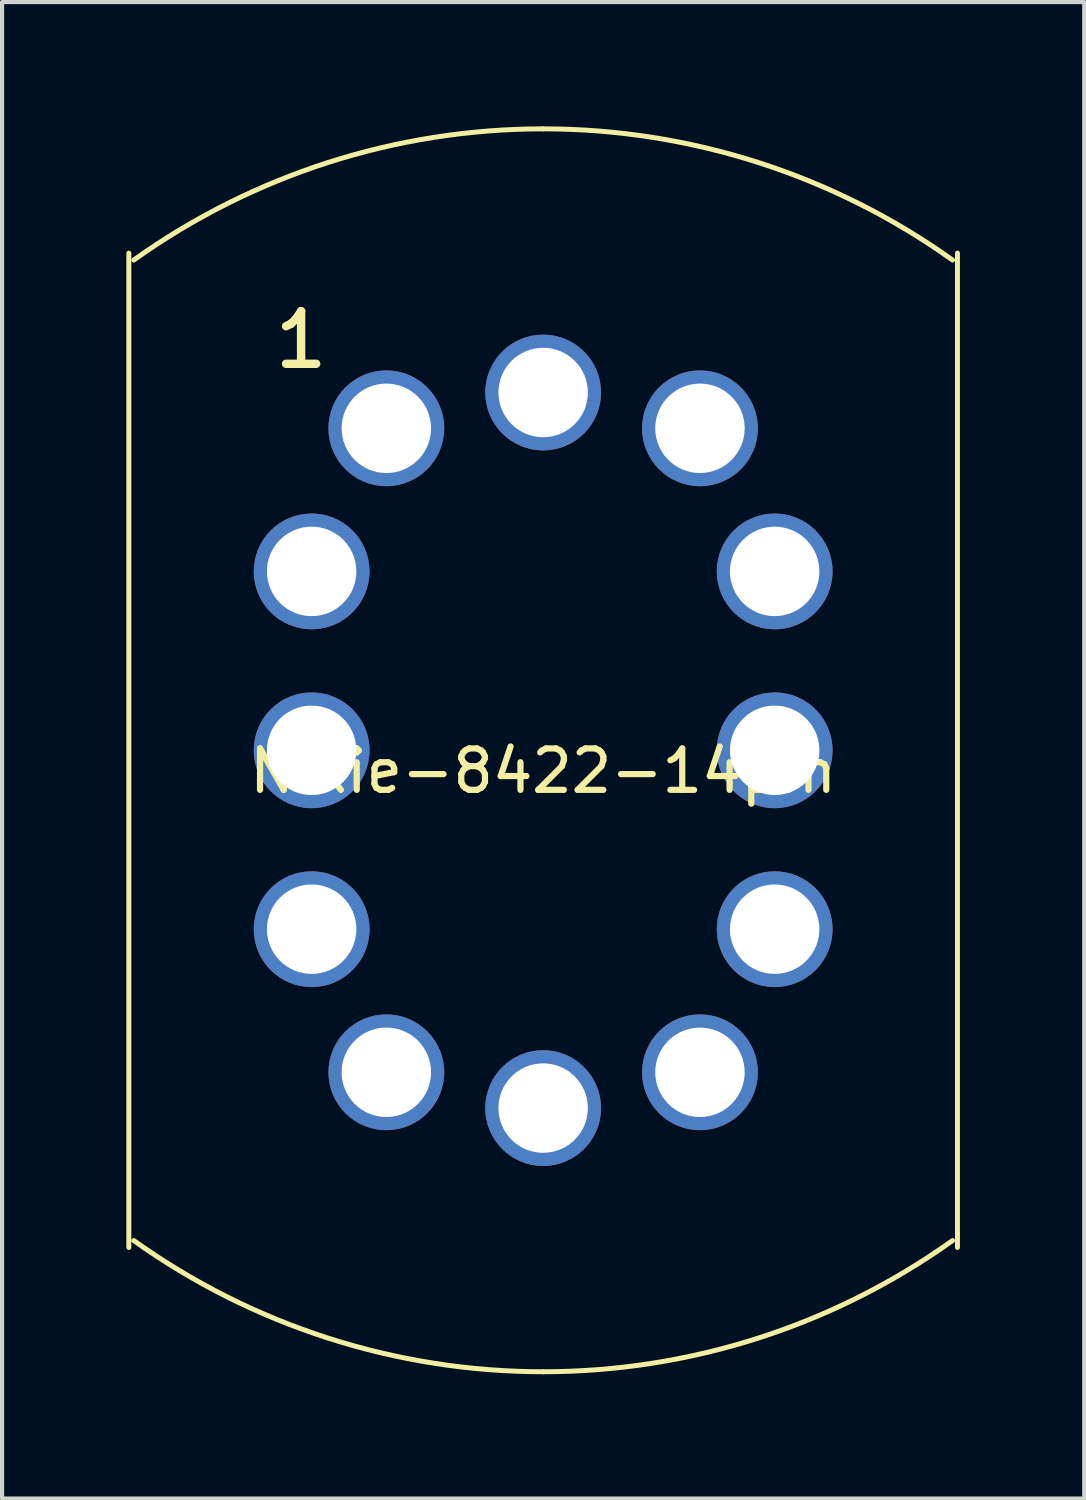
<source format=kicad_pcb>
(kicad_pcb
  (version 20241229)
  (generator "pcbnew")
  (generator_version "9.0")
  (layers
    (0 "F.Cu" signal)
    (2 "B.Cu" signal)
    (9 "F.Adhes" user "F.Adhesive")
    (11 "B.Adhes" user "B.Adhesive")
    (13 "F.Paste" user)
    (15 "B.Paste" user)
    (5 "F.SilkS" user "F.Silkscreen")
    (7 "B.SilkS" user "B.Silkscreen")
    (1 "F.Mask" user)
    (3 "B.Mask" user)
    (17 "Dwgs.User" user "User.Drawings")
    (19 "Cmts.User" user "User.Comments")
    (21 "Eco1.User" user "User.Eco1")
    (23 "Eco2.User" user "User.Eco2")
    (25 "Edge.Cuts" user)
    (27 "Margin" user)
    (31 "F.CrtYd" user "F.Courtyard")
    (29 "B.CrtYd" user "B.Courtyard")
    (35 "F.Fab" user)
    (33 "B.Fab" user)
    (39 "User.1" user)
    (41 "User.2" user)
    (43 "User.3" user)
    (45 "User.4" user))
  (footprint "Nixie-8422-14pin"
    (layer "F.Cu")
    (at 10.06 15.06)
    (property "Reference" "Nixie-8422-14pin" (at 0 0.5 0) (layer "F.SilkS") (effects (font (size 1 1) (thickness 0.15))))
    (attr through_hole)
    (fp_line (start -10 -12) (end -10 12) (stroke (width 0.12) (type solid)) (layer "F.SilkS"))
    (fp_line (start 10 -12) (end 10 12) (stroke (width 0.12) (type solid)) (layer "F.SilkS"))
    (fp_arc (start -9.881049 -11.833469) (mid -5.188016 -14.189024) (end 0 -15) (stroke (width 0.12) (type solid)) (layer "F.SilkS"))
    (fp_arc (start 0 -15) (mid 5.188016 -14.189024) (end 9.881049 -11.833469) (stroke (width 0.12) (type solid)) (layer "F.SilkS"))
    (fp_arc (start 0 15) (mid -5.188016 14.189024) (end -9.881049 11.833469) (stroke (width 0.12) (type solid)) (layer "F.SilkS"))
    (fp_arc (start 9.881049 11.833469) (mid 5.188016 14.189024) (end 0 15) (stroke (width 0.12) (type solid)) (layer "F.SilkS"))
    (fp_text user "1" (at -5.842 -9.906 0) (layer "F.SilkS") (effects (font (size 1.27 1.27) (thickness 0.203))))
    (pad "1" thru_hole circle (at -3.785 -7.772) (size 2.794 2.794) (drill 2.159) (layers "*.Cu" "*.Mask"))
    (pad "2" thru_hole circle (at -5.588 -4.318) (size 2.794 2.794) (drill 2.159) (layers "*.Cu" "*.Mask"))
    (pad "3" thru_hole circle (at -5.588 0) (size 2.794 2.794) (drill 2.159) (layers "*.Cu" "*.Mask"))
    (pad "4" thru_hole circle (at -5.588 4.318) (size 2.794 2.794) (drill 2.159) (layers "*.Cu" "*.Mask"))
    (pad "5" thru_hole circle (at -3.785 7.772) (size 2.794 2.794) (drill 2.159) (layers "*.Cu" "*.Mask"))
    (pad "6" thru_hole circle (at 0 8.636) (size 2.794 2.794) (drill 2.159) (layers "*.Cu" "*.Mask"))
    (pad "7" thru_hole circle (at 3.785 7.772) (size 2.794 2.794) (drill 2.159) (layers "*.Cu" "*.Mask"))
    (pad "8" thru_hole circle (at 5.588 4.318) (size 2.794 2.794) (drill 2.159) (layers "*.Cu" "*.Mask"))
    (pad "9" thru_hole circle (at 5.588 0) (size 2.794 2.794) (drill 2.159) (layers "*.Cu" "*.Mask"))
    (pad "10" thru_hole circle (at 5.588 -4.318) (size 2.794 2.794) (drill 2.159) (layers "*.Cu" "*.Mask"))
    (pad "11" thru_hole circle (at 3.785 -7.772) (size 2.794 2.794) (drill 2.159) (layers "*.Cu" "*.Mask"))
    (pad "12" thru_hole circle (at 0 -8.636) (size 2.794 2.794) (drill 2.159) (layers "*.Cu" "*.Mask")))
  (gr_rect
    (start -3 -3)
    (end 23.12 33.12)
    (stroke (width 0.1) (type default))
    (fill no)
    (layer "Edge.Cuts")))
</source>
